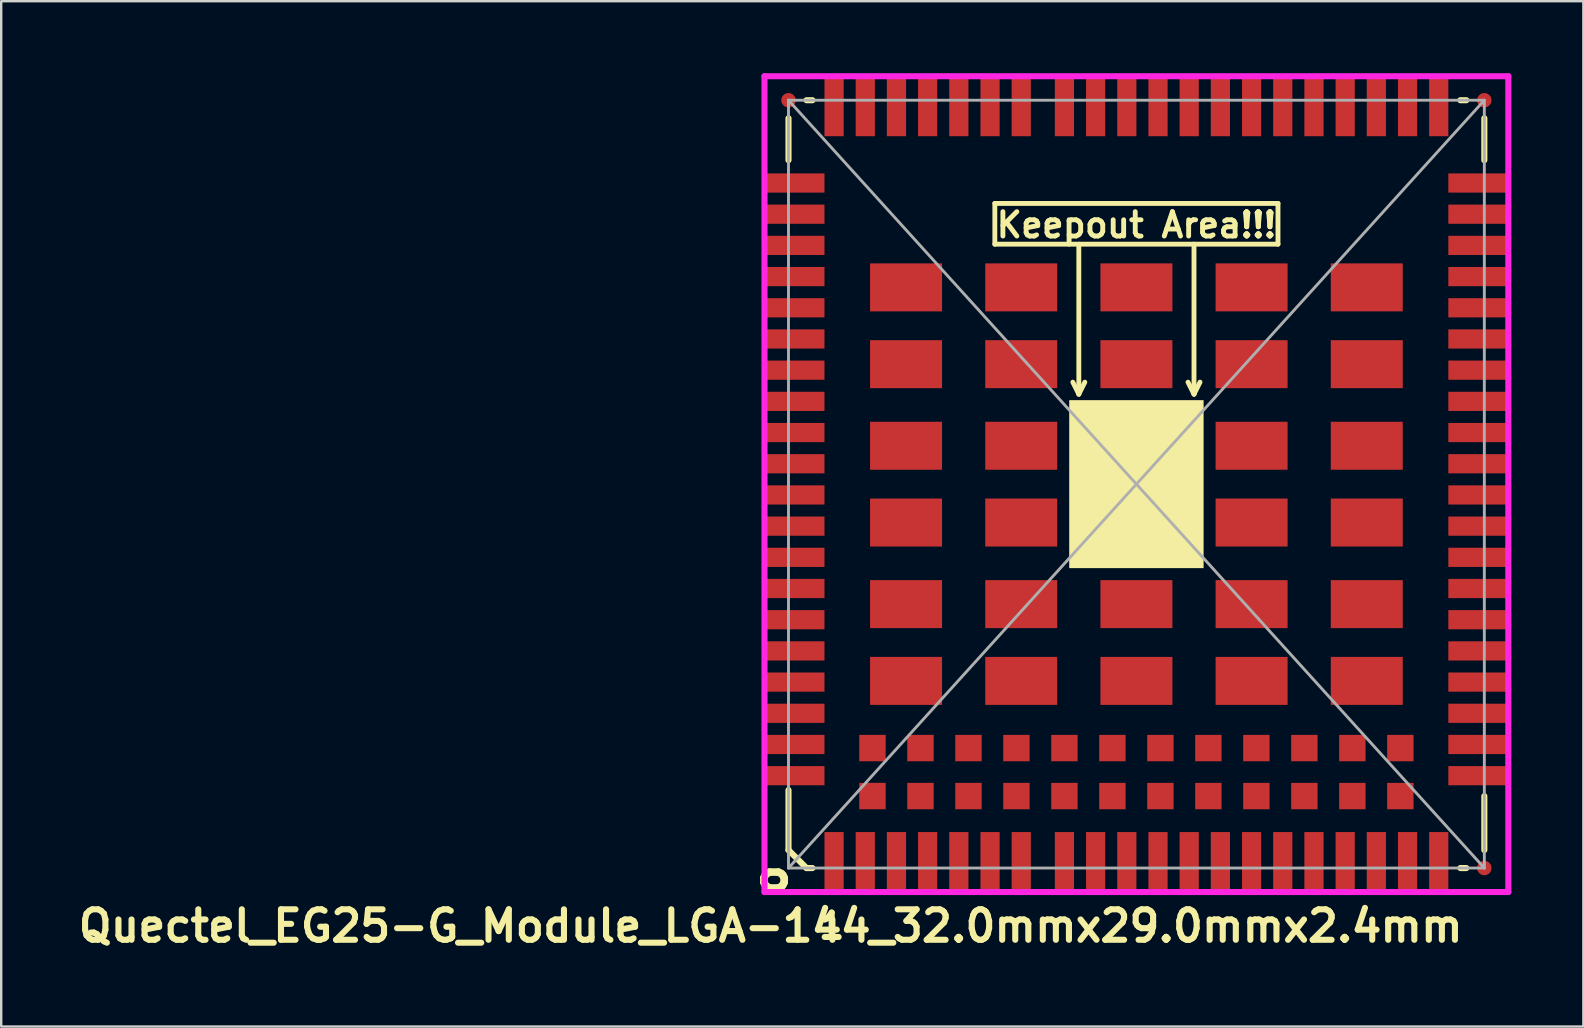
<source format=kicad_pcb>
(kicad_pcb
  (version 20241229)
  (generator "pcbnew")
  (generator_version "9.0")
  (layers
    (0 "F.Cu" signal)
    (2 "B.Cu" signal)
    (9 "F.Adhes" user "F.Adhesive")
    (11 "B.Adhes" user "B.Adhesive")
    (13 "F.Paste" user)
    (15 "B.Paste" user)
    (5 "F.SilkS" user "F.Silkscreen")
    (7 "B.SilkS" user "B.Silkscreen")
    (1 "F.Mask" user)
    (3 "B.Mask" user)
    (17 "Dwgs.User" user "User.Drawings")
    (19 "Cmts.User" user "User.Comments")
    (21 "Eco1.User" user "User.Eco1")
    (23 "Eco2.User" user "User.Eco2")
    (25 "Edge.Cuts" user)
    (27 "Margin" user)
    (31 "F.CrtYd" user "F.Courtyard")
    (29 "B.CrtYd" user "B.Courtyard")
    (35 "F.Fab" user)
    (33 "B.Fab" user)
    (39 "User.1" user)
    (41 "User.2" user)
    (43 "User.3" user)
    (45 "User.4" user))
  (footprint "Quectel_EG25-G_Module_LGA-144_32.0mmx29.0mmx2.4mm"
    (layer "F.Cu")
    (at 44.311 17.127)
    (property "Reference" "Quectel_EG25-G_Module_LGA-144_32.0mmx29.0mmx2.4mm" (at -15.24 18.415 0) (layer "F.SilkS") (effects (font (size 1.27 1.27) (thickness 0.254))))
    (attr smd)
    (fp_line (start -14.5 -15.25) (end -14.5 -13.5) (stroke (width 0.254) (type solid)) (layer "F.SilkS"))
    (fp_line (start -14.5 12.75) (end -14.5 15.25) (stroke (width 0.254) (type solid)) (layer "F.SilkS"))
    (fp_line (start -13.75 -16) (end -13.5 -16) (stroke (width 0.254) (type solid)) (layer "F.SilkS"))
    (fp_line (start -13.75 16) (end -14.5 15.25) (stroke (width 0.254) (type solid)) (layer "F.SilkS"))
    (fp_line (start -13.75 16) (end -13.5 16) (stroke (width 0.254) (type solid)) (layer "F.SilkS"))
    (fp_line (start -5.9 -10) (end -5.9 -11.7) (stroke (width 0.203) (type solid)) (layer "F.SilkS"))
    (fp_line (start -2.4 -10) (end -2.4 -3.75) (stroke (width 0.203) (type solid)) (layer "F.SilkS"))
    (fp_line (start -2.4 -3.75) (end -2.65 -4.25) (stroke (width 0.203) (type solid)) (layer "F.SilkS"))
    (fp_line (start -2.4 -3.75) (end -2.15 -4.25) (stroke (width 0.203) (type solid)) (layer "F.SilkS"))
    (fp_line (start 2.4 -10) (end 2.4 -3.75) (stroke (width 0.203) (type solid)) (layer "F.SilkS"))
    (fp_line (start 2.4 -3.75) (end 2.15 -4.25) (stroke (width 0.203) (type solid)) (layer "F.SilkS"))
    (fp_line (start 2.4 -3.75) (end 2.65 -4.25) (stroke (width 0.203) (type solid)) (layer "F.SilkS"))
    (fp_line (start 5.9 -11.7) (end -5.9 -11.7) (stroke (width 0.203) (type solid)) (layer "F.SilkS"))
    (fp_line (start 5.9 -10) (end -5.9 -10) (stroke (width 0.203) (type solid)) (layer "F.SilkS"))
    (fp_line (start 5.9 -10) (end 5.9 -11.7) (stroke (width 0.203) (type solid)) (layer "F.SilkS"))
    (fp_line (start 13.75 -16) (end 13.5 -16) (stroke (width 0.254) (type solid)) (layer "F.SilkS"))
    (fp_line (start 13.75 16) (end 13.5 16) (stroke (width 0.254) (type solid)) (layer "F.SilkS"))
    (fp_line (start 14.5 -15.25) (end 14.5 -13.5) (stroke (width 0.254) (type solid)) (layer "F.SilkS"))
    (fp_line (start 14.5 15.25) (end 14.5 13) (stroke (width 0.254) (type solid)) (layer "F.SilkS"))
    (fp_poly (pts (xy -2.8 3.5) (xy -2.8 -3.5) (xy 2.8 -3.5) (xy 2.8 3.5)) (stroke (width 0) (type solid)) (fill yes) (layer "F.SilkS"))
    (fp_line (start -15.5 -17) (end -15.5 17) (stroke (width 0.254) (type solid)) (layer "F.CrtYd"))
    (fp_line (start 15.5 -17) (end -15.5 -17) (stroke (width 0.254) (type solid)) (layer "F.CrtYd"))
    (fp_line (start 15.5 17) (end -15.5 17) (stroke (width 0.254) (type solid)) (layer "F.CrtYd"))
    (fp_line (start 15.5 17) (end 15.5 -17) (stroke (width 0.254) (type solid)) (layer "F.CrtYd"))
    (fp_line (start -14.5 -16) (end 14.5 -16) (stroke (width 0.12) (type solid)) (layer "F.Fab"))
    (fp_line (start -14.5 -16) (end 14.5 16) (stroke (width 0.12) (type solid)) (layer "F.Fab"))
    (fp_line (start -14.5 16) (end -14.5 -16) (stroke (width 0.12) (type solid)) (layer "F.Fab"))
    (fp_line (start -14.5 16) (end 14.5 -16) (stroke (width 0.12) (type solid)) (layer "F.Fab"))
    (fp_line (start 14.5 -16) (end 14.5 16) (stroke (width 0.12) (type solid)) (layer "F.Fab"))
    (fp_line (start 14.5 16) (end -14.5 16) (stroke (width 0.12) (type solid)) (layer "F.Fab"))
    (fp_text user "Keepout Area!!!" (at 0 -10.8 180) (layer "F.SilkS") (effects (font (size 1.016 1.016) (thickness 0.203))))
    (fp_text user "1" (at -12.7 18.415 0) (layer "F.SilkS") (effects (font (size 1.016 1.016) (thickness 0.254))))
    (fp_text user "o" (at -15.25 16.5 90) (layer "F.SilkS") (effects (font (size 1.27 1.27) (thickness 0.318))))
    (pad "" smd trapezoid (at -1.7 -2.5 270) (size 1.1 1.1) (layers "Eco1.User"))
    (pad "" smd trapezoid (at -1.7 -0.835 270) (size 1.1 1.1) (layers "Eco1.User"))
    (pad "" smd trapezoid (at -1.7 0.835 270) (size 1.1 1.1) (layers "Eco1.User"))
    (pad "" smd trapezoid (at -1.7 2.5 270) (size 1.1 1.1) (layers "Eco1.User"))
    (pad "" smd trapezoid (at 0 -2.5 270) (size 1.1 1.1) (layers "Eco1.User"))
    (pad "" smd trapezoid (at 0 -0.835 270) (size 1.1 1.1) (layers "Eco1.User"))
    (pad "" smd trapezoid (at 0 0.835 270) (size 1.1 1.1) (layers "Eco1.User"))
    (pad "" smd trapezoid (at 0 2.5 270) (size 1.1 1.1) (layers "Eco1.User"))
    (pad "" smd trapezoid (at 1.7 -2.49 270) (size 1.1 1.1) (layers "Eco1.User"))
    (pad "" smd trapezoid (at 1.7 -0.825 270) (size 1.1 1.1) (layers "Eco1.User"))
    (pad "" smd trapezoid (at 1.7 0.845 270) (size 1.1 1.1) (layers "Eco1.User"))
    (pad "" smd trapezoid (at 1.7 2.51 270) (size 1.1 1.1) (layers "Eco1.User"))
    (pad "1" smd trapezoid (at -12.6 15.75 270) (size 2.5 0.8) (layers "F.Cu" "F.Mask" "F.Paste"))
    (pad "2" smd trapezoid (at -11.3 15.75 270) (size 2.5 0.8) (layers "F.Cu" "F.Mask" "F.Paste"))
    (pad "3" smd trapezoid (at -10 15.75 270) (size 2.5 0.8) (layers "F.Cu" "F.Mask" "F.Paste"))
    (pad "4" smd trapezoid (at -8.7 15.75 270) (size 2.5 0.8) (layers "F.Cu" "F.Mask" "F.Paste"))
    (pad "5" smd trapezoid (at -7.4 15.75 270) (size 2.5 0.8) (layers "F.Cu" "F.Mask" "F.Paste"))
    (pad "6" smd trapezoid (at -6.1 15.75 270) (size 2.5 0.8) (layers "F.Cu" "F.Mask" "F.Paste"))
    (pad "7" smd trapezoid (at -4.8 15.75 270) (size 2.5 0.8) (layers "F.Cu" "F.Mask" "F.Paste"))
    (pad "8" smd trapezoid (at -0.4 15.75 270) (size 2.5 0.8) (layers "F.Cu" "F.Mask" "F.Paste"))
    (pad "9" smd trapezoid (at 0.9 15.75 270) (size 2.5 0.8) (layers "F.Cu" "F.Mask" "F.Paste"))
    (pad "10" smd trapezoid (at 2.2 15.75 270) (size 2.5 0.8) (layers "F.Cu" "F.Mask" "F.Paste"))
    (pad "11" smd trapezoid (at 3.5 15.75 270) (size 2.5 0.8) (layers "F.Cu" "F.Mask" "F.Paste"))
    (pad "12" smd trapezoid (at 4.8 15.75 270) (size 2.5 0.8) (layers "F.Cu" "F.Mask" "F.Paste"))
    (pad "13" smd trapezoid (at 6.1 15.75 270) (size 2.5 0.8) (layers "F.Cu" "F.Mask" "F.Paste"))
    (pad "14" smd trapezoid (at 7.4 15.75 270) (size 2.5 0.8) (layers "F.Cu" "F.Mask" "F.Paste"))
    (pad "15" smd trapezoid (at 8.7 15.75 270) (size 2.5 0.8) (layers "F.Cu" "F.Mask" "F.Paste"))
    (pad "16" smd trapezoid (at 10 15.75 270) (size 2.5 0.8) (layers "F.Cu" "F.Mask" "F.Paste"))
    (pad "17" smd trapezoid (at 11.3 15.75 270) (size 2.5 0.8) (layers "F.Cu" "F.Mask" "F.Paste"))
    (pad "18" smd trapezoid (at 12.6 15.75 270) (size 2.5 0.8) (layers "F.Cu" "F.Mask" "F.Paste"))
    (pad "19" smd trapezoid (at 14.25 9.55) (size 2.5 0.8) (layers "F.Cu" "F.Mask" "F.Paste"))
    (pad "20" smd trapezoid (at 14.25 8.25) (size 2.5 0.8) (layers "F.Cu" "F.Mask" "F.Paste"))
    (pad "21" smd trapezoid (at 14.25 6.95) (size 2.5 0.8) (layers "F.Cu" "F.Mask" "F.Paste"))
    (pad "22" smd trapezoid (at 14.25 5.65) (size 2.5 0.8) (layers "F.Cu" "F.Mask" "F.Paste"))
    (pad "23" smd trapezoid (at 14.25 4.35) (size 2.5 0.8) (layers "F.Cu" "F.Mask" "F.Paste"))
    (pad "24" smd trapezoid (at 14.25 3.05) (size 2.5 0.8) (layers "F.Cu" "F.Mask" "F.Paste"))
    (pad "25" smd trapezoid (at 14.25 1.75) (size 2.5 0.8) (layers "F.Cu" "F.Mask" "F.Paste"))
    (pad "26" smd trapezoid (at 14.25 0.45) (size 2.5 0.8) (layers "F.Cu" "F.Mask" "F.Paste"))
    (pad "27" smd trapezoid (at 14.25 -0.85) (size 2.5 0.8) (layers "F.Cu" "F.Mask" "F.Paste"))
    (pad "28" smd trapezoid (at 14.25 -2.15) (size 2.5 0.8) (layers "F.Cu" "F.Mask" "F.Paste"))
    (pad "29" smd trapezoid (at 14.25 -3.45) (size 2.5 0.8) (layers "F.Cu" "F.Mask" "F.Paste"))
    (pad "30" smd trapezoid (at 14.25 -4.75) (size 2.5 0.8) (layers "F.Cu" "F.Mask" "F.Paste"))
    (pad "31" smd trapezoid (at 14.25 -6.05) (size 2.5 0.8) (layers "F.Cu" "F.Mask" "F.Paste"))
    (pad "32" smd trapezoid (at 14.25 -7.35) (size 2.5 0.8) (layers "F.Cu" "F.Mask" "F.Paste"))
    (pad "33" smd trapezoid (at 14.25 -8.65) (size 2.5 0.8) (layers "F.Cu" "F.Mask" "F.Paste"))
    (pad "34" smd trapezoid (at 14.25 -9.95) (size 2.5 0.8) (layers "F.Cu" "F.Mask" "F.Paste"))
    (pad "35" smd trapezoid (at 14.25 -11.25) (size 2.5 0.8) (layers "F.Cu" "F.Mask" "F.Paste"))
    (pad "36" smd trapezoid (at 14.25 -12.55) (size 2.5 0.8) (layers "F.Cu" "F.Mask" "F.Paste"))
    (pad "37" smd trapezoid (at 12.6 -15.75 270) (size 2.5 0.8) (layers "F.Cu" "F.Mask" "F.Paste"))
    (pad "38" smd trapezoid (at 11.3 -15.75 270) (size 2.5 0.8) (layers "F.Cu" "F.Mask" "F.Paste"))
    (pad "39" smd trapezoid (at 10 -15.75 270) (size 2.5 0.8) (layers "F.Cu" "F.Mask" "F.Paste"))
    (pad "40" smd trapezoid (at 8.7 -15.75 270) (size 2.5 0.8) (layers "F.Cu" "F.Mask" "F.Paste"))
    (pad "41" smd trapezoid (at 7.4 -15.75 270) (size 2.5 0.8) (layers "F.Cu" "F.Mask" "F.Paste"))
    (pad "42" smd trapezoid (at 6.1 -15.75 270) (size 2.5 0.8) (layers "F.Cu" "F.Mask" "F.Paste"))
    (pad "43" smd trapezoid (at 4.8 -15.75 270) (size 2.5 0.8) (layers "F.Cu" "F.Mask" "F.Paste"))
    (pad "44" smd trapezoid (at 3.5 -15.75 270) (size 2.5 0.8) (layers "F.Cu" "F.Mask" "F.Paste"))
    (pad "45" smd trapezoid (at 2.2 -15.75 270) (size 2.5 0.8) (layers "F.Cu" "F.Mask" "F.Paste"))
    (pad "46" smd trapezoid (at 0.9 -15.75 270) (size 2.5 0.8) (layers "F.Cu" "F.Mask" "F.Paste"))
    (pad "47" smd trapezoid (at -0.4 -15.75 270) (size 2.5 0.8) (layers "F.Cu" "F.Mask" "F.Paste"))
    (pad "48" smd trapezoid (at -4.8 -15.75 270) (size 2.5 0.8) (layers "F.Cu" "F.Mask" "F.Paste"))
    (pad "49" smd trapezoid (at -6.1 -15.75 270) (size 2.5 0.8) (layers "F.Cu" "F.Mask" "F.Paste"))
    (pad "50" smd trapezoid (at -7.4 -15.75 270) (size 2.5 0.8) (layers "F.Cu" "F.Mask" "F.Paste"))
    (pad "51" smd trapezoid (at -8.7 -15.75 270) (size 2.5 0.8) (layers "F.Cu" "F.Mask" "F.Paste"))
    (pad "52" smd trapezoid (at -10 -15.75 270) (size 2.5 0.8) (layers "F.Cu" "F.Mask" "F.Paste"))
    (pad "53" smd trapezoid (at -11.3 -15.75 270) (size 2.5 0.8) (layers "F.Cu" "F.Mask" "F.Paste"))
    (pad "54" smd trapezoid (at -12.6 -15.75 270) (size 2.5 0.8) (layers "F.Cu" "F.Mask" "F.Paste"))
    (pad "55" smd trapezoid (at -14.25 -12.55) (size 2.5 0.8) (layers "F.Cu" "F.Mask" "F.Paste"))
    (pad "56" smd trapezoid (at -14.25 -11.25) (size 2.5 0.8) (layers "F.Cu" "F.Mask" "F.Paste"))
    (pad "57" smd trapezoid (at -14.25 -9.95) (size 2.5 0.8) (layers "F.Cu" "F.Mask" "F.Paste"))
    (pad "58" smd trapezoid (at -14.25 -8.65) (size 2.5 0.8) (layers "F.Cu" "F.Mask" "F.Paste"))
    (pad "59" smd trapezoid (at -14.25 -7.35) (size 2.5 0.8) (layers "F.Cu" "F.Mask" "F.Paste"))
    (pad "60" smd trapezoid (at -14.25 -6.05) (size 2.5 0.8) (layers "F.Cu" "F.Mask" "F.Paste"))
    (pad "61" smd trapezoid (at -14.25 -4.75) (size 2.5 0.8) (layers "F.Cu" "F.Mask" "F.Paste"))
    (pad "62" smd trapezoid (at -14.25 -3.45) (size 2.5 0.8) (layers "F.Cu" "F.Mask" "F.Paste"))
    (pad "63" smd trapezoid (at -14.25 -2.15) (size 2.5 0.8) (layers "F.Cu" "F.Mask" "F.Paste"))
    (pad "64" smd trapezoid (at -14.25 -0.85) (size 2.5 0.8) (layers "F.Cu" "F.Mask" "F.Paste"))
    (pad "65" smd trapezoid (at -14.25 0.45) (size 2.5 0.8) (layers "F.Cu" "F.Mask" "F.Paste"))
    (pad "66" smd trapezoid (at -14.25 1.75) (size 2.5 0.8) (layers "F.Cu" "F.Mask" "F.Paste"))
    (pad "67" smd trapezoid (at -14.25 3.05) (size 2.5 0.8) (layers "F.Cu" "F.Mask" "F.Paste"))
    (pad "68" smd trapezoid (at -14.25 4.35) (size 2.5 0.8) (layers "F.Cu" "F.Mask" "F.Paste"))
    (pad "69" smd trapezoid (at -14.25 5.65) (size 2.5 0.8) (layers "F.Cu" "F.Mask" "F.Paste"))
    (pad "70" smd trapezoid (at -14.25 6.95) (size 2.5 0.8) (layers "F.Cu" "F.Mask" "F.Paste"))
    (pad "71" smd trapezoid (at -14.25 8.25) (size 2.5 0.8) (layers "F.Cu" "F.Mask" "F.Paste"))
    (pad "72" smd trapezoid (at -14.25 9.55) (size 2.5 0.8) (layers "F.Cu" "F.Mask" "F.Paste"))
    (pad "85" smd trapezoid (at -9.6 -8.2 270) (size 2 3) (layers "F.Cu" "F.Mask" "F.Paste"))
    (pad "86" smd trapezoid (at -4.8 -8.2 270) (size 2 3) (layers "F.Cu" "F.Mask" "F.Paste"))
    (pad "87" smd trapezoid (at 0 -8.2 270) (size 2 3) (layers "F.Cu" "F.Mask" "F.Paste"))
    (pad "88" smd trapezoid (at 4.8 -8.2 270) (size 2 3) (layers "F.Cu" "F.Mask" "F.Paste"))
    (pad "89" smd trapezoid (at 9.6 -8.2 270) (size 2 3) (layers "F.Cu" "F.Mask" "F.Paste"))
    (pad "90" smd trapezoid (at -9.6 -5 270) (size 2 3) (layers "F.Cu" "F.Mask" "F.Paste"))
    (pad "91" smd trapezoid (at -4.8 -5 270) (size 2 3) (layers "F.Cu" "F.Mask" "F.Paste"))
    (pad "92" smd trapezoid (at 0 -5 270) (size 2 3) (layers "F.Cu" "F.Mask" "F.Paste"))
    (pad "93" smd trapezoid (at 4.8 -5 270) (size 2 3) (layers "F.Cu" "F.Mask" "F.Paste"))
    (pad "94" smd trapezoid (at 9.6 -5 270) (size 2 3) (layers "F.Cu" "F.Mask" "F.Paste"))
    (pad "95" smd trapezoid (at -9.6 -1.6 270) (size 2 3) (layers "F.Cu" "F.Mask" "F.Paste"))
    (pad "96" smd trapezoid (at -4.8 -1.6 270) (size 2 3) (layers "F.Cu" "F.Mask" "F.Paste"))
    (pad "97" smd trapezoid (at 4.8 -1.6 270) (size 2 3) (layers "F.Cu" "F.Mask" "F.Paste"))
    (pad "98" smd trapezoid (at 9.6 -1.6 270) (size 2 3) (layers "F.Cu" "F.Mask" "F.Paste"))
    (pad "99" smd trapezoid (at -9.6 1.6 270) (size 2 3) (layers "F.Cu" "F.Mask" "F.Paste"))
    (pad "100" smd trapezoid (at -4.8 1.6 270) (size 2 3) (layers "F.Cu" "F.Mask" "F.Paste"))
    (pad "101" smd trapezoid (at 4.8 1.6 270) (size 2 3) (layers "F.Cu" "F.Mask" "F.Paste"))
    (pad "102" smd trapezoid (at 9.6 1.6 270) (size 2 3) (layers "F.Cu" "F.Mask" "F.Paste"))
    (pad "103" smd trapezoid (at -9.6 5 270) (size 2 3) (layers "F.Cu" "F.Mask" "F.Paste"))
    (pad "104" smd trapezoid (at -4.8 5 270) (size 2 3) (layers "F.Cu" "F.Mask" "F.Paste"))
    (pad "105" smd trapezoid (at 0 5 270) (size 2 3) (layers "F.Cu" "F.Mask" "F.Paste"))
    (pad "106" smd trapezoid (at 4.8 5 270) (size 2 3) (layers "F.Cu" "F.Mask" "F.Paste"))
    (pad "107" smd trapezoid (at 9.6 5 270) (size 2 3) (layers "F.Cu" "F.Mask" "F.Paste"))
    (pad "108" smd trapezoid (at -9.6 8.2 270) (size 2 3) (layers "F.Cu" "F.Mask" "F.Paste"))
    (pad "109" smd trapezoid (at -4.8 8.2 270) (size 2 3) (layers "F.Cu" "F.Mask" "F.Paste"))
    (pad "110" smd trapezoid (at 0 8.2 270) (size 2 3) (layers "F.Cu" "F.Mask" "F.Paste"))
    (pad "111" smd trapezoid (at 4.8 8.2 270) (size 2 3) (layers "F.Cu" "F.Mask" "F.Paste"))
    (pad "112" smd trapezoid (at 9.6 8.2 270) (size 2 3) (layers "F.Cu" "F.Mask" "F.Paste"))
    (pad "113" smd trapezoid (at -14.25 10.85) (size 2.5 0.8) (layers "F.Cu" "F.Mask" "F.Paste"))
    (pad "114" smd trapezoid (at -14.25 12.15) (size 2.5 0.8) (layers "F.Cu" "F.Mask" "F.Paste"))
    (pad "115" smd trapezoid (at 14.25 10.85) (size 2.5 0.8) (layers "F.Cu" "F.Mask" "F.Paste"))
    (pad "116" smd trapezoid (at 14.25 12.15) (size 2.5 0.8) (layers "F.Cu" "F.Mask" "F.Paste"))
    (pad "117" smd trapezoid (at -11 11 270) (size 1.1 1.1) (layers "F.Cu" "F.Mask" "F.Paste"))
    (pad "118" smd trapezoid (at -9 11 270) (size 1.1 1.1) (layers "F.Cu" "F.Mask" "F.Paste"))
    (pad "119" smd trapezoid (at -7 11 270) (size 1.1 1.1) (layers "F.Cu" "F.Mask" "F.Paste"))
    (pad "120" smd trapezoid (at -5 11 270) (size 1.1 1.1) (layers "F.Cu" "F.Mask" "F.Paste"))
    (pad "121" smd trapezoid (at -3 11 270) (size 1.1 1.1) (layers "F.Cu" "F.Mask" "F.Paste"))
    (pad "122" smd trapezoid (at -1 11 270) (size 1.1 1.1) (layers "F.Cu" "F.Mask" "F.Paste"))
    (pad "123" smd trapezoid (at 1 11 270) (size 1.1 1.1) (layers "F.Cu" "F.Mask" "F.Paste"))
    (pad "124" smd trapezoid (at 3 11 270) (size 1.1 1.1) (layers "F.Cu" "F.Mask" "F.Paste"))
    (pad "125" smd trapezoid (at 5 11 270) (size 1.1 1.1) (layers "F.Cu" "F.Mask" "F.Paste"))
    (pad "126" smd trapezoid (at 7 11 270) (size 1.1 1.1) (layers "F.Cu" "F.Mask" "F.Paste"))
    (pad "127" smd trapezoid (at 9 11 270) (size 1.1 1.1) (layers "F.Cu" "F.Mask" "F.Paste"))
    (pad "128" smd trapezoid (at 11 11 270) (size 1.1 1.1) (layers "F.Cu" "F.Mask" "F.Paste"))
    (pad "129" smd trapezoid (at -11 13 270) (size 1.1 1.1) (layers "F.Cu" "F.Mask" "F.Paste"))
    (pad "130" smd trapezoid (at -9 13 270) (size 1.1 1.1) (layers "F.Cu" "F.Mask" "F.Paste"))
    (pad "131" smd trapezoid (at -7 13 270) (size 1.1 1.1) (layers "F.Cu" "F.Mask" "F.Paste"))
    (pad "132" smd trapezoid (at -5 13 270) (size 1.1 1.1) (layers "F.Cu" "F.Mask" "F.Paste"))
    (pad "133" smd trapezoid (at -3 13 270) (size 1.1 1.1) (layers "F.Cu" "F.Mask" "F.Paste"))
    (pad "134" smd trapezoid (at -1 13 270) (size 1.1 1.1) (layers "F.Cu" "F.Mask" "F.Paste"))
    (pad "135" smd trapezoid (at 1 13 270) (size 1.1 1.1) (layers "F.Cu" "F.Mask" "F.Paste"))
    (pad "136" smd trapezoid (at 3 13 270) (size 1.1 1.1) (layers "F.Cu" "F.Mask" "F.Paste"))
    (pad "137" smd trapezoid (at 5 13 270) (size 1.1 1.1) (layers "F.Cu" "F.Mask" "F.Paste"))
    (pad "138" smd trapezoid (at 7 13 270) (size 1.1 1.1) (layers "F.Cu" "F.Mask" "F.Paste"))
    (pad "139" smd trapezoid (at 9 13 270) (size 1.1 1.1) (layers "F.Cu" "F.Mask" "F.Paste"))
    (pad "140" smd trapezoid (at 11 13 270) (size 1.1 1.1) (layers "F.Cu" "F.Mask" "F.Paste"))
    (pad "141" smd trapezoid (at -3 15.75 270) (size 2.5 0.8) (layers "F.Cu" "F.Mask" "F.Paste"))
    (pad "142" smd trapezoid (at -1.7 15.75 270) (size 2.5 0.8) (layers "F.Cu" "F.Mask" "F.Paste"))
    (pad "143" smd trapezoid (at -1.7 -15.75 270) (size 2.5 0.8) (layers "F.Cu" "F.Mask" "F.Paste"))
    (pad "144" smd trapezoid (at -3 -15.75 270) (size 2.5 0.8) (layers "F.Cu" "F.Mask" "F.Paste"))
    (pad "fid" smd circle (at -14.5 -16 180) (size 0.6 0.6) (layers "F.Cu" "F.Mask"))
    (pad "fid" smd circle (at 14.5 -16 180) (size 0.6 0.6) (layers "F.Cu" "F.Mask"))
    (pad "fid" smd circle (at 14.5 16 180) (size 0.6 0.6) (layers "F.Cu" "F.Mask")))
  (gr_rect
    (start -3 -3)
    (end 62.938 39.731)
    (stroke (width 0.1) (type default))
    (fill no)
    (layer "Edge.Cuts")))
</source>
